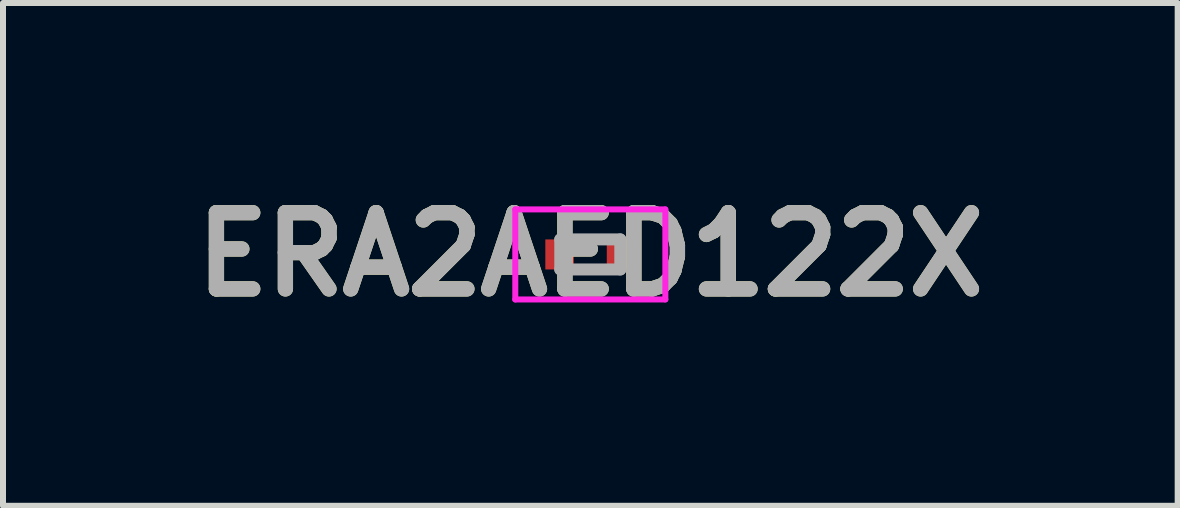
<source format=kicad_pcb>
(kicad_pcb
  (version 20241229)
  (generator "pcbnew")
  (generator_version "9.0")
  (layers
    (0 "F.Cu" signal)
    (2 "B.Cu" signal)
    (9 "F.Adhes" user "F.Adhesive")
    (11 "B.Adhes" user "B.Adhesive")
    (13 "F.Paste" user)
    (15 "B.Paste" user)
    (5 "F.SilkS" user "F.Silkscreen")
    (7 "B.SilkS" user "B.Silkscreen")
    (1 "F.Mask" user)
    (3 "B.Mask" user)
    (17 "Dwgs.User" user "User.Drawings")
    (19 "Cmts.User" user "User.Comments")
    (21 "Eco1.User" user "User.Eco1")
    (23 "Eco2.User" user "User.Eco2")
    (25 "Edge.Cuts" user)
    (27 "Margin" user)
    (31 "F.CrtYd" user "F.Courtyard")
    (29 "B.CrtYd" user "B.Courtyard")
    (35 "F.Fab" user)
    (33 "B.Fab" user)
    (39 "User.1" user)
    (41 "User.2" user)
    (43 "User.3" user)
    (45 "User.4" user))
  (footprint "ERA2AED122X"
    (layer "F.Cu")
    (at 6.785 1.189)
    (property "Reference" "ERA2AED122X" (at 0 0 0) (layer "F.SilkS") (effects (font (size 1.27 1.27) (thickness 0.254))))
    (attr smd)
    (fp_line (start -1.25 -0.75) (end 1.25 -0.75) (stroke (width 0.1) (type solid)) (layer "F.CrtYd"))
    (fp_line (start -1.25 0.75) (end -1.25 -0.75) (stroke (width 0.1) (type solid)) (layer "F.CrtYd"))
    (fp_line (start 1.25 -0.75) (end 1.25 0.75) (stroke (width 0.1) (type solid)) (layer "F.CrtYd"))
    (fp_line (start 1.25 0.75) (end -1.25 0.75) (stroke (width 0.1) (type solid)) (layer "F.CrtYd"))
    (fp_line (start -0.5 -0.25) (end 0.5 -0.25) (stroke (width 0.2) (type solid)) (layer "F.Fab"))
    (fp_line (start -0.5 0.25) (end -0.5 -0.25) (stroke (width 0.2) (type solid)) (layer "F.Fab"))
    (fp_line (start 0.5 -0.25) (end 0.5 0.25) (stroke (width 0.2) (type solid)) (layer "F.Fab"))
    (fp_line (start 0.5 0.25) (end -0.5 0.25) (stroke (width 0.2) (type solid)) (layer "F.Fab"))
    (fp_text user "${REFERENCE}" (at 0 0 0) (layer "F.Fab") (effects (font (size 1.27 1.27) (thickness 0.254))))
    (pad "1" smd rect (at -0.512 0) (size 0.475 0.5) (layers "F.Cu" "F.Mask" "F.Paste"))
    (pad "2" smd rect (at 0.512 0) (size 0.475 0.5) (layers "F.Cu" "F.Mask" "F.Paste")))
  (gr_rect
    (start -3 -3)
    (end 16.571 5.377)
    (stroke (width 0.1) (type default))
    (fill no)
    (layer "Edge.Cuts")))
</source>
